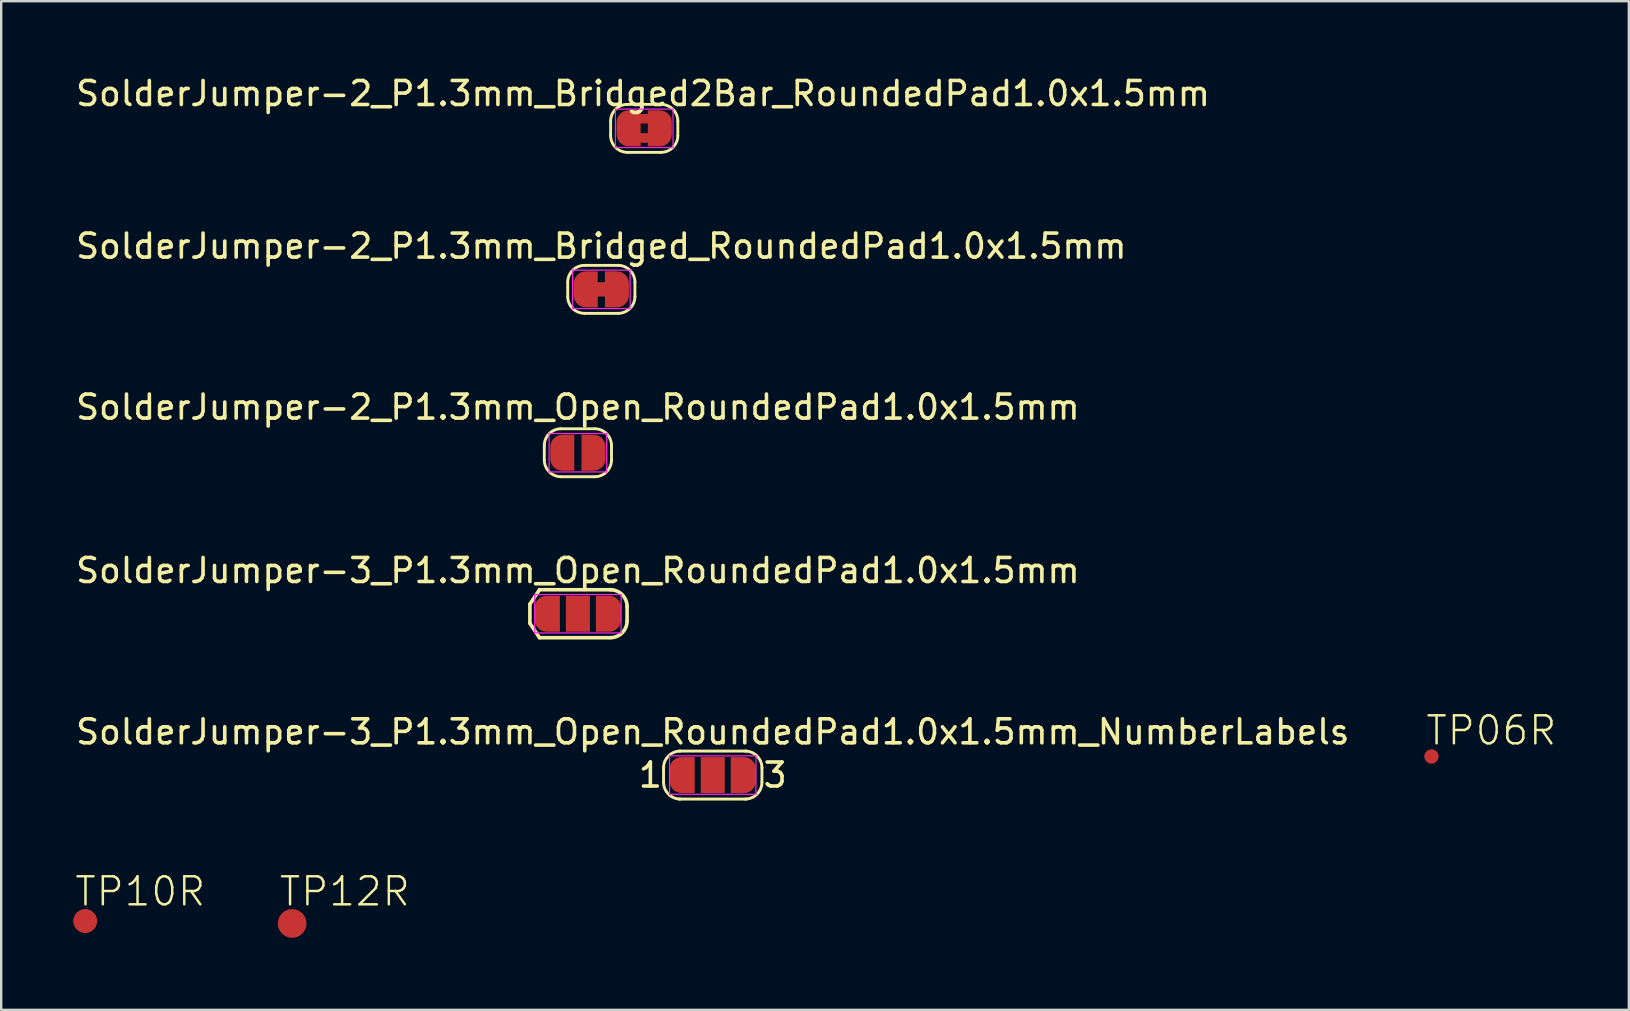
<source format=kicad_pcb>
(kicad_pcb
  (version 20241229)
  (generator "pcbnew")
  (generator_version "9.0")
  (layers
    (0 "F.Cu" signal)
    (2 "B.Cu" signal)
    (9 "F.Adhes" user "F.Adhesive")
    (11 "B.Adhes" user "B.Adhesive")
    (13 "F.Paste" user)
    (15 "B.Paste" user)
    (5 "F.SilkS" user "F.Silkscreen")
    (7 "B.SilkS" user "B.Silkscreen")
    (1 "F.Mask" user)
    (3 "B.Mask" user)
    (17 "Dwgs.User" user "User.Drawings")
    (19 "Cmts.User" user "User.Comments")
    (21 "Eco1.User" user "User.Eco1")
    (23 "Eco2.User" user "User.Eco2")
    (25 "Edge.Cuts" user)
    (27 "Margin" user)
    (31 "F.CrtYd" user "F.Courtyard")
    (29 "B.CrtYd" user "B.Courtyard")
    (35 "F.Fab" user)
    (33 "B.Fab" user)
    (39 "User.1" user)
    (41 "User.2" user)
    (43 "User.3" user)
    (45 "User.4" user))
  (footprint "TP10R"
    (layer "F.Cu")
    (at 0.5 35.329)
    (property "Reference" "TP10R" (at -0.5 -0.55 0) (unlocked yes) (layer "F.SilkS") (effects (font (size 1.168 1.168) (thickness 0.102)) (justify left bottom)))
    (pad "TP" smd roundrect (at 0 0) (size 1 1) (layers "F.Cu" "F.Mask") (roundrect_rratio 0.5)))
  (footprint "SolderJumper-3_P1.3mm_Open_RoundedPad1.0x1.5mm"
    (layer "F.Cu")
    (at 21.03 22.523)
    (property "Reference" "SolderJumper-3_P1.3mm_Open_RoundedPad1.0x1.5mm" (at 0 -1.8 0) (layer "F.SilkS") (effects (font (size 1 1) (thickness 0.15))))
    (attr exclude_from_pos_files exclude_from_bom allow_soldermask_bridges)
    (fp_rect (start -0.75 -0.75) (end 0.75 0.75) (stroke (width 0) (type default)) (fill yes) (layer "F.Mask"))
    (fp_line (start -2 0.4) (end -2 -0.4) (stroke (width 0.15) (type solid)) (layer "F.SilkS"))
    (fp_line (start -2 0.4) (end -1.6 1) (stroke (width 0.15) (type default)) (layer "F.SilkS"))
    (fp_line (start -1.6 -1) (end -2 -0.4) (stroke (width 0.15) (type default)) (layer "F.SilkS"))
    (fp_line (start -1.6 -1) (end 1.4 -1) (stroke (width 0.15) (type solid)) (layer "F.SilkS"))
    (fp_line (start 1.3 1) (end -1.6 1) (stroke (width 0.15) (type solid)) (layer "F.SilkS"))
    (fp_line (start 2.05 -0.3) (end 2.05 0.3) (stroke (width 0.15) (type solid)) (layer "F.SilkS"))
    (fp_arc (start 1.35 -1) (mid 1.844975 -0.794975) (end 2.05 -0.3) (stroke (width 0.15) (type solid)) (layer "F.SilkS"))
    (fp_arc (start 2.05 0.3) (mid 1.844975 0.794975) (end 1.35 1) (stroke (width 0.15) (type solid)) (layer "F.SilkS"))
    (fp_line (start -1.8 -0.8) (end -1.8 0.8) (stroke (width 0.05) (type solid)) (layer "F.CrtYd"))
    (fp_line (start -1.8 -0.8) (end 1.8 -0.8) (stroke (width 0.05) (type solid)) (layer "F.CrtYd"))
    (fp_line (start 1.8 0.8) (end -1.8 0.8) (stroke (width 0.05) (type solid)) (layer "F.CrtYd"))
    (fp_line (start 1.8 0.8) (end 1.8 -0.8) (stroke (width 0.05) (type solid)) (layer "F.CrtYd"))
    (pad "1" smd custom (at -1.3 0) (size 1 0.5) (layers "F.Cu" "F.Mask") (options (anchor rect)) (primitives (gr_circle (center 0 0.25) (end 0.5 0.25) (width 0) (fill yes)) (gr_circle (center 0 -0.25) (end 0.5 -0.25) (width 0) (fill yes)) (gr_poly (pts (xy 0.55 0.75) (xy 0 0.75) (xy 0 -0.75) (xy 0.55 -0.75)) (width 0) (fill yes))))
    (pad "2" smd rect (at 0 0) (size 1 1.5) (layers "F.Cu" "F.Mask"))
    (pad "3" smd custom (at 1.3 0) (size 1 0.5) (layers "F.Cu" "F.Mask") (options (anchor rect)) (primitives (gr_circle (center 0 0.25) (end 0.5 0.25) (width 0) (fill yes)) (gr_circle (center 0 -0.25) (end 0.5 -0.25) (width 0) (fill yes)) (gr_poly (pts (xy 0 0.75) (xy -0.55 0.75) (xy -0.55 -0.75) (xy 0 -0.75)) (width 0) (fill yes)))))
  (footprint "TP06R"
    (layer "F.Cu")
    (at 56.598 28.471)
    (property "Reference" "TP06R" (at -0.3 -0.4 0) (unlocked yes) (layer "F.SilkS") (effects (font (size 1.168 1.168) (thickness 0.102)) (justify left bottom)))
    (pad "TP" smd roundrect (at 0 0) (size 0.6 0.6) (layers "F.Cu" "F.Mask") (roundrect_rratio 0.5)))
  (footprint "SolderJumper-3_P1.3mm_Open_RoundedPad1.0x1.5mm_NumberLabels"
    (layer "F.Cu")
    (at 26.649 29.246)
    (property "Reference" "SolderJumper-3_P1.3mm_Open_RoundedPad1.0x1.5mm_NumberLabels" (at 0 -1.8 0) (layer "F.SilkS") (effects (font (size 1 1) (thickness 0.15))))
    (attr exclude_from_pos_files exclude_from_bom allow_soldermask_bridges)
    (fp_rect (start -0.75 -0.75) (end 0.75 0.75) (stroke (width 0) (type default)) (fill yes) (layer "F.Mask"))
    (fp_line (start -2.05 0.3) (end -2.05 -0.3) (stroke (width 0.12) (type solid)) (layer "F.SilkS"))
    (fp_line (start -1.4 -1) (end 1.4 -1) (stroke (width 0.12) (type solid)) (layer "F.SilkS"))
    (fp_line (start 1.4 1) (end -1.4 1) (stroke (width 0.12) (type solid)) (layer "F.SilkS"))
    (fp_line (start 2.05 -0.3) (end 2.05 0.3) (stroke (width 0.12) (type solid)) (layer "F.SilkS"))
    (fp_arc (start -2.05 -0.3) (mid -1.844975 -0.794975) (end -1.35 -1) (stroke (width 0.12) (type solid)) (layer "F.SilkS"))
    (fp_arc (start -1.35 1) (mid -1.844975 0.794975) (end -2.05 0.3) (stroke (width 0.12) (type solid)) (layer "F.SilkS"))
    (fp_arc (start 1.35 -1) (mid 1.844975 -0.794975) (end 2.05 -0.3) (stroke (width 0.12) (type solid)) (layer "F.SilkS"))
    (fp_arc (start 2.05 0.3) (mid 1.844975 0.794975) (end 1.35 1) (stroke (width 0.12) (type solid)) (layer "F.SilkS"))
    (fp_line (start -1.8 -0.8) (end -1.8 0.8) (stroke (width 0.05) (type solid)) (layer "F.CrtYd"))
    (fp_line (start -1.8 -0.8) (end 1.8 -0.8) (stroke (width 0.05) (type solid)) (layer "F.CrtYd"))
    (fp_line (start 1.8 0.8) (end -1.8 0.8) (stroke (width 0.05) (type solid)) (layer "F.CrtYd"))
    (fp_line (start 1.8 0.8) (end 1.8 -0.8) (stroke (width 0.05) (type solid)) (layer "F.CrtYd"))
    (fp_text user "1" (at -2.6 0 0) (layer "F.SilkS") (effects (font (size 1 1) (thickness 0.15))))
    (fp_text user "3" (at 2.6 0 0) (layer "F.SilkS") (effects (font (size 1 1) (thickness 0.15))))
    (pad "1" smd custom (at -1.3 0) (size 1 0.5) (layers "F.Cu" "F.Mask") (options (anchor rect)) (primitives (gr_circle (center 0 0.25) (end 0.5 0.25) (width 0) (fill yes)) (gr_circle (center 0 -0.25) (end 0.5 -0.25) (width 0) (fill yes)) (gr_poly (pts (xy 0.55 0.75) (xy 0 0.75) (xy 0 -0.75) (xy 0.55 -0.75)) (width 0) (fill yes))))
    (pad "2" smd rect (at 0 0) (size 1 1.5) (layers "F.Cu" "F.Mask"))
    (pad "3" smd custom (at 1.3 0) (size 1 0.5) (layers "F.Cu" "F.Mask") (options (anchor rect)) (primitives (gr_circle (center 0 0.25) (end 0.5 0.25) (width 0) (fill yes)) (gr_circle (center 0 -0.25) (end 0.5 -0.25) (width 0) (fill yes)) (gr_poly (pts (xy 0 0.75) (xy -0.55 0.75) (xy -0.55 -0.75) (xy 0 -0.75)) (width 0) (fill yes)))))
  (footprint "SolderJumper-2_P1.3mm_Open_RoundedPad1.0x1.5mm"
    (layer "F.Cu")
    (at 21.03 15.815)
    (property "Reference" "SolderJumper-2_P1.3mm_Open_RoundedPad1.0x1.5mm" (at 0 -1.9 0) (layer "F.SilkS") (effects (font (size 1 1) (thickness 0.15))))
    (attr exclude_from_pos_files exclude_from_bom allow_soldermask_bridges)
    (fp_rect (start -0.25 -0.75) (end 0.25 0.75) (stroke (width 0) (type default)) (fill yes) (layer "F.Mask"))
    (fp_line (start -1.4 0.3) (end -1.4 -0.3) (stroke (width 0.12) (type solid)) (layer "F.SilkS"))
    (fp_line (start -0.7 -1) (end 0.7 -1) (stroke (width 0.12) (type solid)) (layer "F.SilkS"))
    (fp_line (start 0.7 1) (end -0.7 1) (stroke (width 0.12) (type solid)) (layer "F.SilkS"))
    (fp_line (start 1.4 -0.3) (end 1.4 0.3) (stroke (width 0.12) (type solid)) (layer "F.SilkS"))
    (fp_arc (start -1.4 -0.3) (mid -1.194975 -0.794975) (end -0.7 -1) (stroke (width 0.12) (type solid)) (layer "F.SilkS"))
    (fp_arc (start -0.7 1) (mid -1.194975 0.794975) (end -1.4 0.3) (stroke (width 0.12) (type solid)) (layer "F.SilkS"))
    (fp_arc (start 0.7 -1) (mid 1.194975 -0.794975) (end 1.4 -0.3) (stroke (width 0.12) (type solid)) (layer "F.SilkS"))
    (fp_arc (start 1.4 0.3) (mid 1.194975 0.794975) (end 0.7 1) (stroke (width 0.12) (type solid)) (layer "F.SilkS"))
    (fp_line (start -1.2 -0.8) (end -1.2 0.8) (stroke (width 0.05) (type solid)) (layer "F.CrtYd"))
    (fp_line (start -1.2 -0.8) (end 1.2 -0.8) (stroke (width 0.05) (type solid)) (layer "F.CrtYd"))
    (fp_line (start 1.2 0.8) (end -1.2 0.8) (stroke (width 0.05) (type solid)) (layer "F.CrtYd"))
    (fp_line (start 1.2 0.8) (end 1.2 -0.8) (stroke (width 0.05) (type solid)) (layer "F.CrtYd"))
    (pad "1" smd custom (at -0.65 0) (size 1 0.5) (layers "F.Cu" "F.Mask") (options (anchor rect)) (primitives (gr_circle (center 0 0.25) (end 0.5 0.25) (width 0) (fill yes)) (gr_circle (center 0 -0.25) (end 0.5 -0.25) (width 0) (fill yes)) (gr_poly (pts (xy 0.5 0.75) (xy 0 0.75) (xy 0 -0.75) (xy 0.5 -0.75)) (width 0) (fill yes))))
    (pad "2" smd custom (at 0.65 0) (size 1 0.5) (layers "F.Cu" "F.Mask") (options (anchor rect)) (primitives (gr_circle (center 0 0.25) (end 0.5 0.25) (width 0) (fill yes)) (gr_circle (center 0 -0.25) (end 0.5 -0.25) (width 0) (fill yes)) (gr_poly (pts (xy 0 0.75) (xy -0.5 0.75) (xy -0.5 -0.75) (xy 0 -0.75)) (width 0) (fill yes)))))
  (footprint "TP12R"
    (layer "F.Cu")
    (at 9.124 35.429)
    (property "Reference" "TP12R" (at -0.6 -0.65 0) (unlocked yes) (layer "F.SilkS") (effects (font (size 1.168 1.168) (thickness 0.102)) (justify left bottom)))
    (pad "TP" smd roundrect (at 0 0) (size 1.2 1.2) (layers "F.Cu" "F.Mask") (roundrect_rratio 0.5)))
  (footprint "SolderJumper-2_P1.3mm_Bridged_RoundedPad1.0x1.5mm"
    (layer "F.Cu")
    (at 22.006 9.007)
    (property "Reference" "SolderJumper-2_P1.3mm_Bridged_RoundedPad1.0x1.5mm" (at 0 -1.8 0) (layer "F.SilkS") (effects (font (size 1 1) (thickness 0.15))))
    (attr exclude_from_pos_files exclude_from_bom allow_soldermask_bridges)
    (fp_poly (pts (xy 0.25 -0.3) (xy -0.25 -0.3) (xy -0.25 0.3) (xy 0.25 0.3)) (stroke (width 0) (type solid)) (fill yes) (layer "F.Cu"))
    (fp_rect (start -0.15 -0.75) (end 0.15 0.75) (stroke (width 0) (type default)) (fill yes) (layer "F.Mask"))
    (fp_line (start -1.4 0.3) (end -1.4 -0.3) (stroke (width 0.12) (type solid)) (layer "F.SilkS"))
    (fp_line (start -0.7 -1) (end 0.7 -1) (stroke (width 0.12) (type solid)) (layer "F.SilkS"))
    (fp_line (start 0.7 1) (end -0.7 1) (stroke (width 0.12) (type solid)) (layer "F.SilkS"))
    (fp_line (start 1.4 -0.3) (end 1.4 0.3) (stroke (width 0.12) (type solid)) (layer "F.SilkS"))
    (fp_arc (start -1.4 -0.3) (mid -1.194975 -0.794975) (end -0.7 -1) (stroke (width 0.12) (type solid)) (layer "F.SilkS"))
    (fp_arc (start -0.7 1) (mid -1.194975 0.794975) (end -1.4 0.3) (stroke (width 0.12) (type solid)) (layer "F.SilkS"))
    (fp_arc (start 0.7 -1) (mid 1.194975 -0.794975) (end 1.4 -0.3) (stroke (width 0.12) (type solid)) (layer "F.SilkS"))
    (fp_arc (start 1.4 0.3) (mid 1.194975 0.794975) (end 0.7 1) (stroke (width 0.12) (type solid)) (layer "F.SilkS"))
    (fp_line (start -1.2 -0.8) (end -1.2 0.8) (stroke (width 0.05) (type solid)) (layer "F.CrtYd"))
    (fp_line (start -1.2 -0.8) (end 1.2 -0.8) (stroke (width 0.05) (type solid)) (layer "F.CrtYd"))
    (fp_line (start 1.2 0.8) (end -1.2 0.8) (stroke (width 0.05) (type solid)) (layer "F.CrtYd"))
    (fp_line (start 1.2 0.8) (end 1.2 -0.8) (stroke (width 0.05) (type solid)) (layer "F.CrtYd"))
    (pad "1" smd custom (at -0.65 0) (size 1 0.5) (layers "F.Cu" "F.Mask") (options (anchor rect)) (primitives (gr_circle (center 0 0.25) (end 0.5 0.25) (width 0) (fill yes)) (gr_circle (center 0 -0.25) (end 0.5 -0.25) (width 0) (fill yes)) (gr_poly (pts (xy 0.5 0.75) (xy 0 0.75) (xy 0 -0.75) (xy 0.5 -0.75)) (width 0) (fill yes))))
    (pad "2" smd custom (at 0.65 0) (size 1 0.5) (layers "F.Cu" "F.Mask") (options (anchor rect)) (primitives (gr_circle (center 0 0.25) (end 0.5 0.25) (width 0) (fill yes)) (gr_circle (center 0 -0.25) (end 0.5 -0.25) (width 0) (fill yes)) (gr_poly (pts (xy 0 0.75) (xy -0.5 0.75) (xy -0.5 -0.75) (xy 0 -0.75)) (width 0) (fill yes)))))
  (footprint "SolderJumper-2_P1.3mm_Bridged2Bar_RoundedPad1.0x1.5mm"
    (layer "F.Cu")
    (at 23.794 2.298)
    (property "Reference" "SolderJumper-2_P1.3mm_Bridged2Bar_RoundedPad1.0x1.5mm" (at -0.05 -1.45 0) (layer "F.SilkS") (effects (font (size 1 1) (thickness 0.15))))
    (attr exclude_from_pos_files exclude_from_bom allow_soldermask_bridges)
    (fp_poly (pts (xy -0.25 -0.6) (xy 0.25 -0.6) (xy 0.25 -0.2) (xy -0.25 -0.2)) (stroke (width 0) (type solid)) (fill yes) (layer "F.Cu"))
    (fp_poly (pts (xy -0.25 0.2) (xy 0.25 0.2) (xy 0.25 0.6) (xy -0.25 0.6)) (stroke (width 0) (type solid)) (fill yes) (layer "F.Cu"))
    (fp_rect (start -0.15 -0.75) (end 0.15 0.75) (stroke (width 0) (type default)) (fill yes) (layer "F.Mask"))
    (fp_line (start -1.4 0.3) (end -1.4 -0.3) (stroke (width 0.12) (type solid)) (layer "F.SilkS"))
    (fp_line (start -0.7 -1) (end 0.7 -1) (stroke (width 0.12) (type solid)) (layer "F.SilkS"))
    (fp_line (start 0.7 1) (end -0.7 1) (stroke (width 0.12) (type solid)) (layer "F.SilkS"))
    (fp_line (start 1.4 -0.3) (end 1.4 0.3) (stroke (width 0.12) (type solid)) (layer "F.SilkS"))
    (fp_arc (start -1.4 -0.3) (mid -1.194975 -0.794975) (end -0.7 -1) (stroke (width 0.12) (type solid)) (layer "F.SilkS"))
    (fp_arc (start -0.7 1) (mid -1.194975 0.794975) (end -1.4 0.3) (stroke (width 0.12) (type solid)) (layer "F.SilkS"))
    (fp_arc (start 0.7 -1) (mid 1.194975 -0.794975) (end 1.4 -0.3) (stroke (width 0.12) (type solid)) (layer "F.SilkS"))
    (fp_arc (start 1.4 0.3) (mid 1.194975 0.794975) (end 0.7 1) (stroke (width 0.12) (type solid)) (layer "F.SilkS"))
    (fp_line (start -1.2 -0.8) (end -1.2 0.8) (stroke (width 0.05) (type solid)) (layer "F.CrtYd"))
    (fp_line (start -1.2 -0.8) (end 1.2 -0.8) (stroke (width 0.05) (type solid)) (layer "F.CrtYd"))
    (fp_line (start 1.2 0.8) (end -1.2 0.8) (stroke (width 0.05) (type solid)) (layer "F.CrtYd"))
    (fp_line (start 1.2 0.8) (end 1.2 -0.8) (stroke (width 0.05) (type solid)) (layer "F.CrtYd"))
    (pad "1" smd custom (at -0.65 0) (size 1 0.5) (layers "F.Cu" "F.Mask") (options (anchor rect)) (primitives (gr_circle (center 0 0.25) (end 0.5 0.25) (width 0) (fill yes)) (gr_circle (center 0 -0.25) (end 0.5 -0.25) (width 0) (fill yes)) (gr_poly (pts (xy 0.5 0.75) (xy 0 0.75) (xy 0 -0.75) (xy 0.5 -0.75)) (width 0) (fill yes))))
    (pad "2" smd custom (at 0.65 0) (size 1 0.5) (layers "F.Cu" "F.Mask") (options (anchor rect)) (primitives (gr_circle (center 0 0.25) (end 0.5 0.25) (width 0) (fill yes)) (gr_circle (center 0 -0.25) (end 0.5 -0.25) (width 0) (fill yes)) (gr_poly (pts (xy 0 0.75) (xy -0.5 0.75) (xy -0.5 -0.75) (xy 0 -0.75)) (width 0) (fill yes)))))
  (gr_rect
    (start -3 -3)
    (end 64.821 39.029)
    (stroke (width 0.1) (type default))
    (fill no)
    (layer "Edge.Cuts")))
</source>
